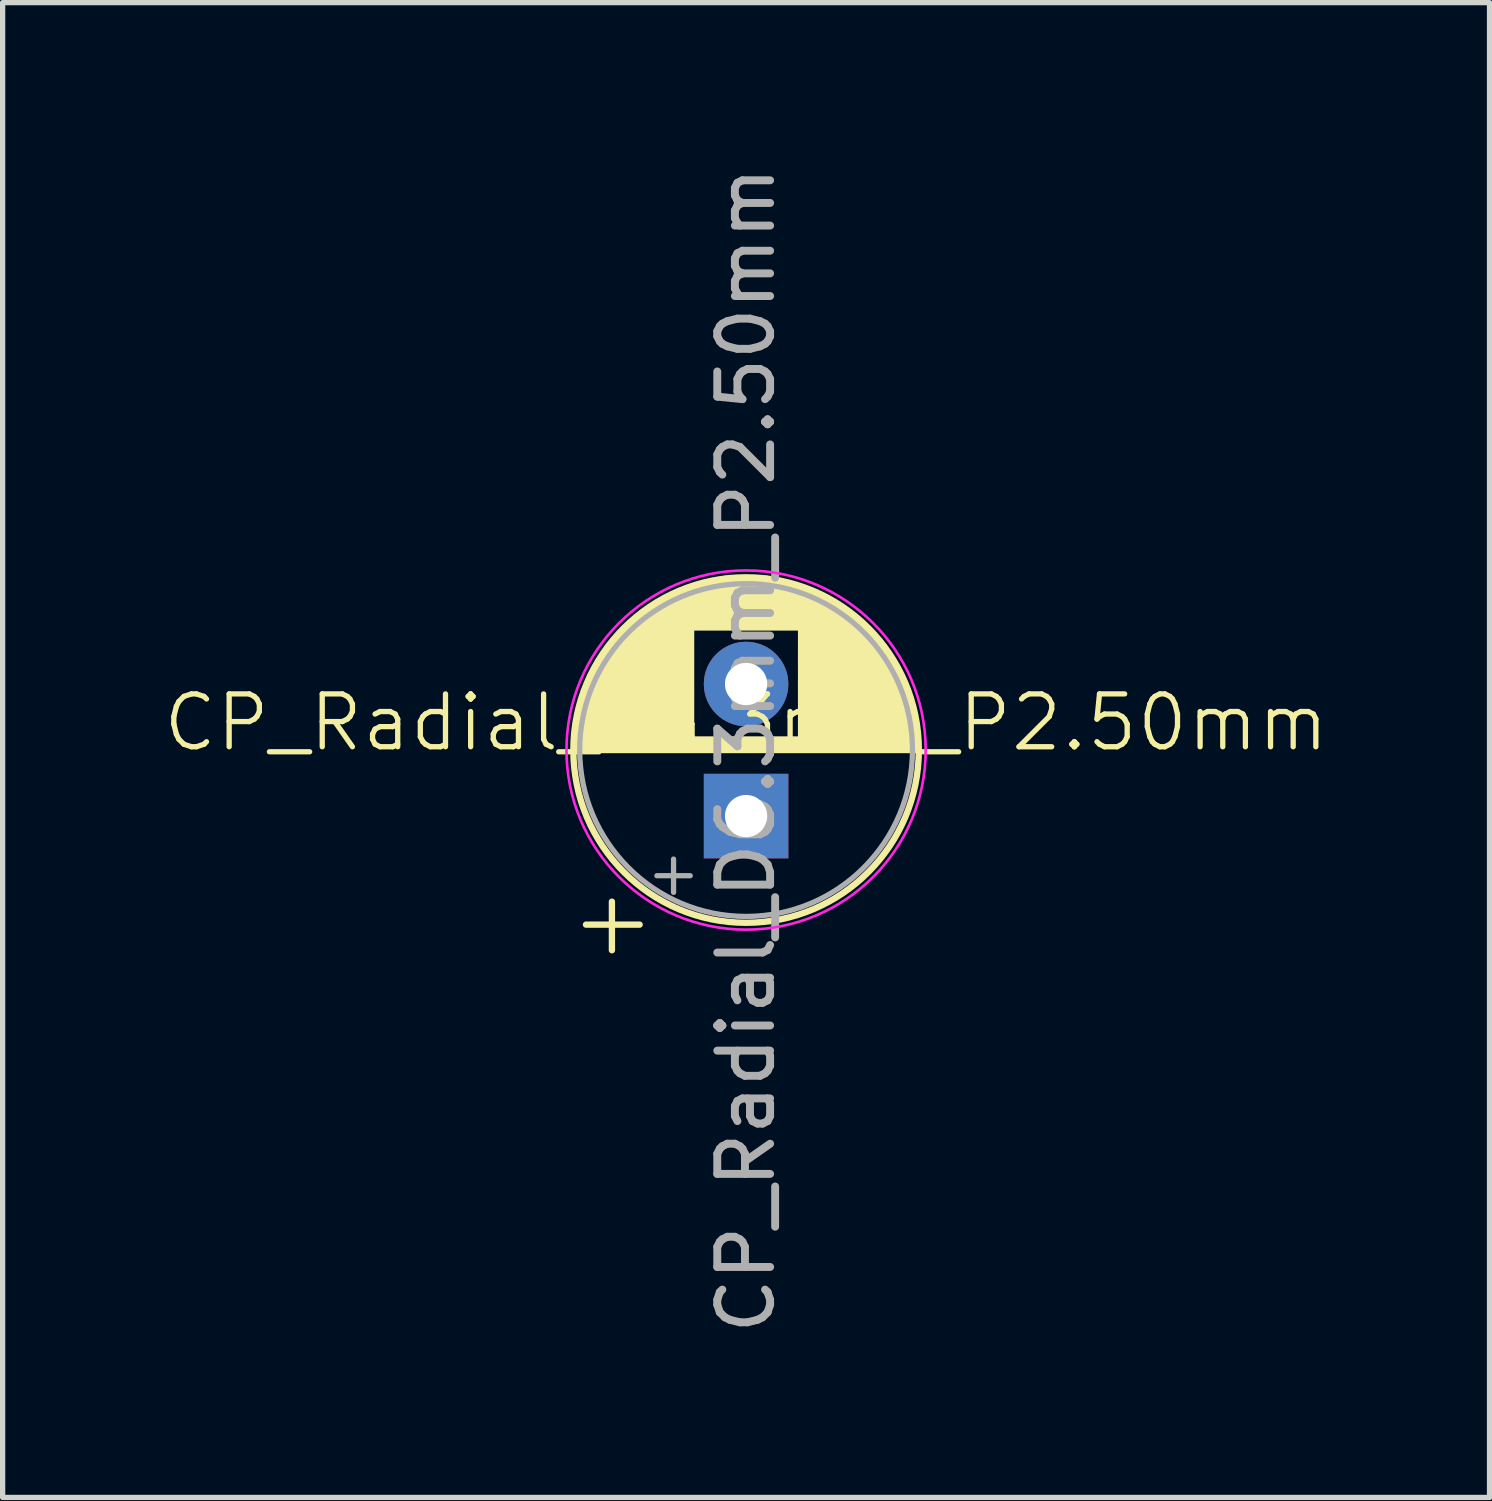
<source format=kicad_pcb>
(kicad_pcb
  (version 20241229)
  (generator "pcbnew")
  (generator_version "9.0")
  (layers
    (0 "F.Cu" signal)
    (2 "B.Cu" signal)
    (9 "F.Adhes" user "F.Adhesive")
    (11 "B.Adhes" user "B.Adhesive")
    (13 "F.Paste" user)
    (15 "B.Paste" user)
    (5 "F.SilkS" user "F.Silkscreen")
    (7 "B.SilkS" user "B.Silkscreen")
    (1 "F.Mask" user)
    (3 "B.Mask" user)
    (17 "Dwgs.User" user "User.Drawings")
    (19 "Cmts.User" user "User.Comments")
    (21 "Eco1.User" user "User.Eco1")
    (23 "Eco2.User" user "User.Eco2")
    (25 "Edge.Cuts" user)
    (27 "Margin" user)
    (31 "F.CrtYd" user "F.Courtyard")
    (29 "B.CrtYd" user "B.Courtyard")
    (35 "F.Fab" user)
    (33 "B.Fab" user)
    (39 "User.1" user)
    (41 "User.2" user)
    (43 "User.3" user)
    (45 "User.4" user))
  (footprint "CP_Radial_D6.3mm_P2.50mm"
    (layer "F.Cu")
    (at 11.074 11.129)
    (property "Reference" "CP_Radial_D6.3mm_P2.50mm" (at 0 -0.5 0) (unlocked yes) (layer "F.SilkS") (effects (font (size 1 1) (thickness 0.1))))
    (attr through_hole)
    (fp_line (start -3.23 -0.06) (end 3.23 -0.06) (stroke (width 0.12) (type solid)) (layer "F.SilkS"))
    (fp_line (start -3.23 -0.02) (end 3.23 -0.02) (stroke (width 0.12) (type solid)) (layer "F.SilkS"))
    (fp_line (start -3.23 0.02) (end 3.23 0.02) (stroke (width 0.12) (type solid)) (layer "F.SilkS"))
    (fp_line (start -3.228 -0.1) (end 3.228 -0.1) (stroke (width 0.12) (type solid)) (layer "F.SilkS"))
    (fp_line (start -3.227 -0.14) (end 3.227 -0.14) (stroke (width 0.12) (type solid)) (layer "F.SilkS"))
    (fp_line (start -3.224 -0.18) (end 3.224 -0.18) (stroke (width 0.12) (type solid)) (layer "F.SilkS"))
    (fp_line (start -3.222 -0.22) (end -1.04 -0.22) (stroke (width 0.12) (type solid)) (layer "F.SilkS"))
    (fp_line (start -3.218 -0.26) (end -1.04 -0.26) (stroke (width 0.12) (type solid)) (layer "F.SilkS"))
    (fp_line (start -3.215 -0.3) (end -1.04 -0.3) (stroke (width 0.12) (type solid)) (layer "F.SilkS"))
    (fp_line (start -3.211 -0.34) (end -1.04 -0.34) (stroke (width 0.12) (type solid)) (layer "F.SilkS"))
    (fp_line (start -3.206 -0.38) (end -1.04 -0.38) (stroke (width 0.12) (type solid)) (layer "F.SilkS"))
    (fp_line (start -3.201 -0.42) (end -1.04 -0.42) (stroke (width 0.12) (type solid)) (layer "F.SilkS"))
    (fp_line (start -3.195 -0.46) (end -1.04 -0.46) (stroke (width 0.12) (type solid)) (layer "F.SilkS"))
    (fp_line (start -3.189 -0.5) (end -1.04 -0.5) (stroke (width 0.12) (type solid)) (layer "F.SilkS"))
    (fp_line (start -3.182 -0.54) (end -1.04 -0.54) (stroke (width 0.12) (type solid)) (layer "F.SilkS"))
    (fp_line (start -3.175 -0.58) (end -1.04 -0.58) (stroke (width 0.12) (type solid)) (layer "F.SilkS"))
    (fp_line (start -3.167 -0.62) (end -1.04 -0.62) (stroke (width 0.12) (type solid)) (layer "F.SilkS"))
    (fp_line (start -3.159 -0.66) (end -1.04 -0.66) (stroke (width 0.12) (type solid)) (layer "F.SilkS"))
    (fp_line (start -3.15 -0.701) (end -1.04 -0.701) (stroke (width 0.12) (type solid)) (layer "F.SilkS"))
    (fp_line (start -3.141 -0.741) (end -1.04 -0.741) (stroke (width 0.12) (type solid)) (layer "F.SilkS"))
    (fp_line (start -3.131 -0.781) (end -1.04 -0.781) (stroke (width 0.12) (type solid)) (layer "F.SilkS"))
    (fp_line (start -3.121 -0.821) (end -1.04 -0.821) (stroke (width 0.12) (type solid)) (layer "F.SilkS"))
    (fp_line (start -3.11 -0.861) (end -1.04 -0.861) (stroke (width 0.12) (type solid)) (layer "F.SilkS"))
    (fp_line (start -3.098 -0.901) (end -1.04 -0.901) (stroke (width 0.12) (type solid)) (layer "F.SilkS"))
    (fp_line (start -3.086 -0.941) (end -1.04 -0.941) (stroke (width 0.12) (type solid)) (layer "F.SilkS"))
    (fp_line (start -3.074 -0.981) (end -1.04 -0.981) (stroke (width 0.12) (type solid)) (layer "F.SilkS"))
    (fp_line (start -3.061 -1.021) (end -1.04 -1.021) (stroke (width 0.12) (type solid)) (layer "F.SilkS"))
    (fp_line (start -3.047 -1.061) (end -1.04 -1.061) (stroke (width 0.12) (type solid)) (layer "F.SilkS"))
    (fp_line (start -3.033 -1.101) (end -1.04 -1.101) (stroke (width 0.12) (type solid)) (layer "F.SilkS"))
    (fp_line (start -3.031 3.325) (end -2.015 3.325) (stroke (width 0.12) (type solid)) (layer "F.SilkS"))
    (fp_line (start -3.018 -1.141) (end -1.04 -1.141) (stroke (width 0.12) (type solid)) (layer "F.SilkS"))
    (fp_line (start -3.002 -1.181) (end -1.04 -1.181) (stroke (width 0.12) (type solid)) (layer "F.SilkS"))
    (fp_line (start -2.986 -1.221) (end -1.04 -1.221) (stroke (width 0.12) (type solid)) (layer "F.SilkS"))
    (fp_line (start -2.97 -1.261) (end -1.04 -1.261) (stroke (width 0.12) (type solid)) (layer "F.SilkS"))
    (fp_line (start -2.952 -1.301) (end -1.04 -1.301) (stroke (width 0.12) (type solid)) (layer "F.SilkS"))
    (fp_line (start -2.934 -1.341) (end -1.04 -1.341) (stroke (width 0.12) (type solid)) (layer "F.SilkS"))
    (fp_line (start -2.916 -1.381) (end -1.04 -1.381) (stroke (width 0.12) (type solid)) (layer "F.SilkS"))
    (fp_line (start -2.896 -1.421) (end -1.04 -1.421) (stroke (width 0.12) (type solid)) (layer "F.SilkS"))
    (fp_line (start -2.876 -1.461) (end -1.04 -1.461) (stroke (width 0.12) (type solid)) (layer "F.SilkS"))
    (fp_line (start -2.856 -1.501) (end -1.04 -1.501) (stroke (width 0.12) (type solid)) (layer "F.SilkS"))
    (fp_line (start -2.834 -1.541) (end -1.04 -1.541) (stroke (width 0.12) (type solid)) (layer "F.SilkS"))
    (fp_line (start -2.812 -1.581) (end -1.04 -1.581) (stroke (width 0.12) (type solid)) (layer "F.SilkS"))
    (fp_line (start -2.79 -1.621) (end -1.04 -1.621) (stroke (width 0.12) (type solid)) (layer "F.SilkS"))
    (fp_line (start -2.766 -1.661) (end -1.04 -1.661) (stroke (width 0.12) (type solid)) (layer "F.SilkS"))
    (fp_line (start -2.742 -1.701) (end -1.04 -1.701) (stroke (width 0.12) (type solid)) (layer "F.SilkS"))
    (fp_line (start -2.716 -1.741) (end -1.04 -1.741) (stroke (width 0.12) (type solid)) (layer "F.SilkS"))
    (fp_line (start -2.69 -1.781) (end -1.04 -1.781) (stroke (width 0.12) (type solid)) (layer "F.SilkS"))
    (fp_line (start -2.664 -1.821) (end -1.04 -1.821) (stroke (width 0.12) (type solid)) (layer "F.SilkS"))
    (fp_line (start -2.636 -1.861) (end -1.04 -1.861) (stroke (width 0.12) (type solid)) (layer "F.SilkS"))
    (fp_line (start -2.607 -1.901) (end -1.04 -1.901) (stroke (width 0.12) (type solid)) (layer "F.SilkS"))
    (fp_line (start -2.578 -1.941) (end -1.04 -1.941) (stroke (width 0.12) (type solid)) (layer "F.SilkS"))
    (fp_line (start -2.548 -1.981) (end -1.04 -1.981) (stroke (width 0.12) (type solid)) (layer "F.SilkS"))
    (fp_line (start -2.54 3.81) (end -2.54 2.89) (stroke (width 0.12) (type solid)) (layer "F.SilkS"))
    (fp_line (start -2.516 -2.021) (end -1.04 -2.021) (stroke (width 0.12) (type solid)) (layer "F.SilkS"))
    (fp_line (start -2.484 -2.061) (end -1.04 -2.061) (stroke (width 0.12) (type solid)) (layer "F.SilkS"))
    (fp_line (start -2.45 -2.101) (end -1.04 -2.101) (stroke (width 0.12) (type solid)) (layer "F.SilkS"))
    (fp_line (start -2.416 -2.141) (end -1.04 -2.141) (stroke (width 0.12) (type solid)) (layer "F.SilkS"))
    (fp_line (start -2.38 -2.181) (end -1.04 -2.181) (stroke (width 0.12) (type solid)) (layer "F.SilkS"))
    (fp_line (start -2.343 -2.221) (end -1.04 -2.221) (stroke (width 0.12) (type solid)) (layer "F.SilkS"))
    (fp_line (start -2.305 -2.261) (end -1.04 -2.261) (stroke (width 0.12) (type solid)) (layer "F.SilkS"))
    (fp_line (start -2.265 -2.301) (end 2.265 -2.301) (stroke (width 0.12) (type solid)) (layer "F.SilkS"))
    (fp_line (start -2.224 -2.341) (end 2.224 -2.341) (stroke (width 0.12) (type solid)) (layer "F.SilkS"))
    (fp_line (start -2.182 -2.381) (end 2.182 -2.381) (stroke (width 0.12) (type solid)) (layer "F.SilkS"))
    (fp_line (start -2.137 -2.421) (end 2.137 -2.421) (stroke (width 0.12) (type solid)) (layer "F.SilkS"))
    (fp_line (start -2.092 -2.461) (end 2.092 -2.461) (stroke (width 0.12) (type solid)) (layer "F.SilkS"))
    (fp_line (start -2.044 -2.501) (end 2.044 -2.501) (stroke (width 0.12) (type solid)) (layer "F.SilkS"))
    (fp_line (start -1.995 -2.541) (end 1.995 -2.541) (stroke (width 0.12) (type solid)) (layer "F.SilkS"))
    (fp_line (start -1.944 -2.581) (end 1.944 -2.581) (stroke (width 0.12) (type solid)) (layer "F.SilkS"))
    (fp_line (start -1.89 -2.621) (end 1.89 -2.621) (stroke (width 0.12) (type solid)) (layer "F.SilkS"))
    (fp_line (start -1.834 -2.661) (end 1.834 -2.661) (stroke (width 0.12) (type solid)) (layer "F.SilkS"))
    (fp_line (start -1.776 -2.701) (end 1.776 -2.701) (stroke (width 0.12) (type solid)) (layer "F.SilkS"))
    (fp_line (start -1.714 -2.741) (end 1.714 -2.741) (stroke (width 0.12) (type solid)) (layer "F.SilkS"))
    (fp_line (start -1.65 -2.781) (end 1.65 -2.781) (stroke (width 0.12) (type solid)) (layer "F.SilkS"))
    (fp_line (start -1.581 -2.821) (end 1.581 -2.821) (stroke (width 0.12) (type solid)) (layer "F.SilkS"))
    (fp_line (start -1.509 -2.861) (end 1.509 -2.861) (stroke (width 0.12) (type solid)) (layer "F.SilkS"))
    (fp_line (start -1.432 -2.901) (end 1.432 -2.901) (stroke (width 0.12) (type solid)) (layer "F.SilkS"))
    (fp_line (start -1.35 -2.941) (end 1.35 -2.941) (stroke (width 0.12) (type solid)) (layer "F.SilkS"))
    (fp_line (start -1.262 -2.981) (end 1.262 -2.981) (stroke (width 0.12) (type solid)) (layer "F.SilkS"))
    (fp_line (start -1.165 -3.021) (end 1.165 -3.021) (stroke (width 0.12) (type solid)) (layer "F.SilkS"))
    (fp_line (start -1.059 -3.061) (end 1.059 -3.061) (stroke (width 0.12) (type solid)) (layer "F.SilkS"))
    (fp_line (start -0.94 -3.101) (end 0.94 -3.101) (stroke (width 0.12) (type solid)) (layer "F.SilkS"))
    (fp_line (start -0.802 -3.141) (end 0.802 -3.141) (stroke (width 0.12) (type solid)) (layer "F.SilkS"))
    (fp_line (start -0.633 -3.181) (end 0.633 -3.181) (stroke (width 0.12) (type solid)) (layer "F.SilkS"))
    (fp_line (start -0.402 -3.221) (end 0.402 -3.221) (stroke (width 0.12) (type solid)) (layer "F.SilkS"))
    (fp_line (start 1.04 -2.261) (end 2.305 -2.261) (stroke (width 0.12) (type solid)) (layer "F.SilkS"))
    (fp_line (start 1.04 -2.221) (end 2.343 -2.221) (stroke (width 0.12) (type solid)) (layer "F.SilkS"))
    (fp_line (start 1.04 -2.181) (end 2.38 -2.181) (stroke (width 0.12) (type solid)) (layer "F.SilkS"))
    (fp_line (start 1.04 -2.141) (end 2.416 -2.141) (stroke (width 0.12) (type solid)) (layer "F.SilkS"))
    (fp_line (start 1.04 -2.101) (end 2.45 -2.101) (stroke (width 0.12) (type solid)) (layer "F.SilkS"))
    (fp_line (start 1.04 -2.061) (end 2.484 -2.061) (stroke (width 0.12) (type solid)) (layer "F.SilkS"))
    (fp_line (start 1.04 -2.021) (end 2.516 -2.021) (stroke (width 0.12) (type solid)) (layer "F.SilkS"))
    (fp_line (start 1.04 -1.981) (end 2.548 -1.981) (stroke (width 0.12) (type solid)) (layer "F.SilkS"))
    (fp_line (start 1.04 -1.941) (end 2.578 -1.941) (stroke (width 0.12) (type solid)) (layer "F.SilkS"))
    (fp_line (start 1.04 -1.901) (end 2.607 -1.901) (stroke (width 0.12) (type solid)) (layer "F.SilkS"))
    (fp_line (start 1.04 -1.861) (end 2.636 -1.861) (stroke (width 0.12) (type solid)) (layer "F.SilkS"))
    (fp_line (start 1.04 -1.821) (end 2.664 -1.821) (stroke (width 0.12) (type solid)) (layer "F.SilkS"))
    (fp_line (start 1.04 -1.781) (end 2.69 -1.781) (stroke (width 0.12) (type solid)) (layer "F.SilkS"))
    (fp_line (start 1.04 -1.741) (end 2.716 -1.741) (stroke (width 0.12) (type solid)) (layer "F.SilkS"))
    (fp_line (start 1.04 -1.701) (end 2.742 -1.701) (stroke (width 0.12) (type solid)) (layer "F.SilkS"))
    (fp_line (start 1.04 -1.661) (end 2.766 -1.661) (stroke (width 0.12) (type solid)) (layer "F.SilkS"))
    (fp_line (start 1.04 -1.621) (end 2.79 -1.621) (stroke (width 0.12) (type solid)) (layer "F.SilkS"))
    (fp_line (start 1.04 -1.581) (end 2.812 -1.581) (stroke (width 0.12) (type solid)) (layer "F.SilkS"))
    (fp_line (start 1.04 -1.541) (end 2.834 -1.541) (stroke (width 0.12) (type solid)) (layer "F.SilkS"))
    (fp_line (start 1.04 -1.501) (end 2.856 -1.501) (stroke (width 0.12) (type solid)) (layer "F.SilkS"))
    (fp_line (start 1.04 -1.461) (end 2.876 -1.461) (stroke (width 0.12) (type solid)) (layer "F.SilkS"))
    (fp_line (start 1.04 -1.421) (end 2.896 -1.421) (stroke (width 0.12) (type solid)) (layer "F.SilkS"))
    (fp_line (start 1.04 -1.381) (end 2.916 -1.381) (stroke (width 0.12) (type solid)) (layer "F.SilkS"))
    (fp_line (start 1.04 -1.341) (end 2.934 -1.341) (stroke (width 0.12) (type solid)) (layer "F.SilkS"))
    (fp_line (start 1.04 -1.301) (end 2.952 -1.301) (stroke (width 0.12) (type solid)) (layer "F.SilkS"))
    (fp_line (start 1.04 -1.261) (end 2.97 -1.261) (stroke (width 0.12) (type solid)) (layer "F.SilkS"))
    (fp_line (start 1.04 -1.221) (end 2.986 -1.221) (stroke (width 0.12) (type solid)) (layer "F.SilkS"))
    (fp_line (start 1.04 -1.181) (end 3.002 -1.181) (stroke (width 0.12) (type solid)) (layer "F.SilkS"))
    (fp_line (start 1.04 -1.141) (end 3.018 -1.141) (stroke (width 0.12) (type solid)) (layer "F.SilkS"))
    (fp_line (start 1.04 -1.101) (end 3.033 -1.101) (stroke (width 0.12) (type solid)) (layer "F.SilkS"))
    (fp_line (start 1.04 -1.061) (end 3.047 -1.061) (stroke (width 0.12) (type solid)) (layer "F.SilkS"))
    (fp_line (start 1.04 -1.021) (end 3.061 -1.021) (stroke (width 0.12) (type solid)) (layer "F.SilkS"))
    (fp_line (start 1.04 -0.981) (end 3.074 -0.981) (stroke (width 0.12) (type solid)) (layer "F.SilkS"))
    (fp_line (start 1.04 -0.941) (end 3.086 -0.941) (stroke (width 0.12) (type solid)) (layer "F.SilkS"))
    (fp_line (start 1.04 -0.901) (end 3.098 -0.901) (stroke (width 0.12) (type solid)) (layer "F.SilkS"))
    (fp_line (start 1.04 -0.861) (end 3.11 -0.861) (stroke (width 0.12) (type solid)) (layer "F.SilkS"))
    (fp_line (start 1.04 -0.821) (end 3.121 -0.821) (stroke (width 0.12) (type solid)) (layer "F.SilkS"))
    (fp_line (start 1.04 -0.781) (end 3.131 -0.781) (stroke (width 0.12) (type solid)) (layer "F.SilkS"))
    (fp_line (start 1.04 -0.741) (end 3.141 -0.741) (stroke (width 0.12) (type solid)) (layer "F.SilkS"))
    (fp_line (start 1.04 -0.701) (end 3.15 -0.701) (stroke (width 0.12) (type solid)) (layer "F.SilkS"))
    (fp_line (start 1.04 -0.66) (end 3.159 -0.66) (stroke (width 0.12) (type solid)) (layer "F.SilkS"))
    (fp_line (start 1.04 -0.62) (end 3.167 -0.62) (stroke (width 0.12) (type solid)) (layer "F.SilkS"))
    (fp_line (start 1.04 -0.58) (end 3.175 -0.58) (stroke (width 0.12) (type solid)) (layer "F.SilkS"))
    (fp_line (start 1.04 -0.54) (end 3.182 -0.54) (stroke (width 0.12) (type solid)) (layer "F.SilkS"))
    (fp_line (start 1.04 -0.5) (end 3.189 -0.5) (stroke (width 0.12) (type solid)) (layer "F.SilkS"))
    (fp_line (start 1.04 -0.46) (end 3.195 -0.46) (stroke (width 0.12) (type solid)) (layer "F.SilkS"))
    (fp_line (start 1.04 -0.42) (end 3.201 -0.42) (stroke (width 0.12) (type solid)) (layer "F.SilkS"))
    (fp_line (start 1.04 -0.38) (end 3.206 -0.38) (stroke (width 0.12) (type solid)) (layer "F.SilkS"))
    (fp_line (start 1.04 -0.34) (end 3.211 -0.34) (stroke (width 0.12) (type solid)) (layer "F.SilkS"))
    (fp_line (start 1.04 -0.3) (end 3.215 -0.3) (stroke (width 0.12) (type solid)) (layer "F.SilkS"))
    (fp_line (start 1.04 -0.26) (end 3.218 -0.26) (stroke (width 0.12) (type solid)) (layer "F.SilkS"))
    (fp_line (start 1.04 -0.22) (end 3.222 -0.22) (stroke (width 0.12) (type solid)) (layer "F.SilkS"))
    (fp_circle (center 0 0.02) (end 0 -3.25) (stroke (width 0.12) (type solid)) (fill no) (layer "F.SilkS"))
    (fp_circle (center 0 0.02) (end 0 -3.38) (stroke (width 0.05) (type solid)) (fill no) (layer "F.CrtYd"))
    (fp_line (start -1.688 2.399) (end -1.058 2.399) (stroke (width 0.1) (type solid)) (layer "F.Fab"))
    (fp_line (start -1.373 2.714) (end -1.373 2.084) (stroke (width 0.1) (type solid)) (layer "F.Fab"))
    (fp_circle (center 0 0.02) (end 0 -3.13) (stroke (width 0.1) (type solid)) (fill no) (layer "F.Fab"))
    (fp_text user "${REFERENCE}" (at 0 0.02 90) (layer "F.Fab") (effects (font (size 1 1) (thickness 0.15))))
    (pad "1" thru_hole rect (at 0 1.27 90) (size 1.6 1.6) (drill 0.8) (layers "*.Cu" "*.Mask"))
    (pad "2" thru_hole circle (at 0 -1.23 90) (size 1.6 1.6) (drill 0.8) (layers "*.Cu" "*.Mask")))
  (gr_rect
    (start -3 -3)
    (end 25.148 25.298)
    (stroke (width 0.1) (type default))
    (fill no)
    (layer "Edge.Cuts")))
</source>
